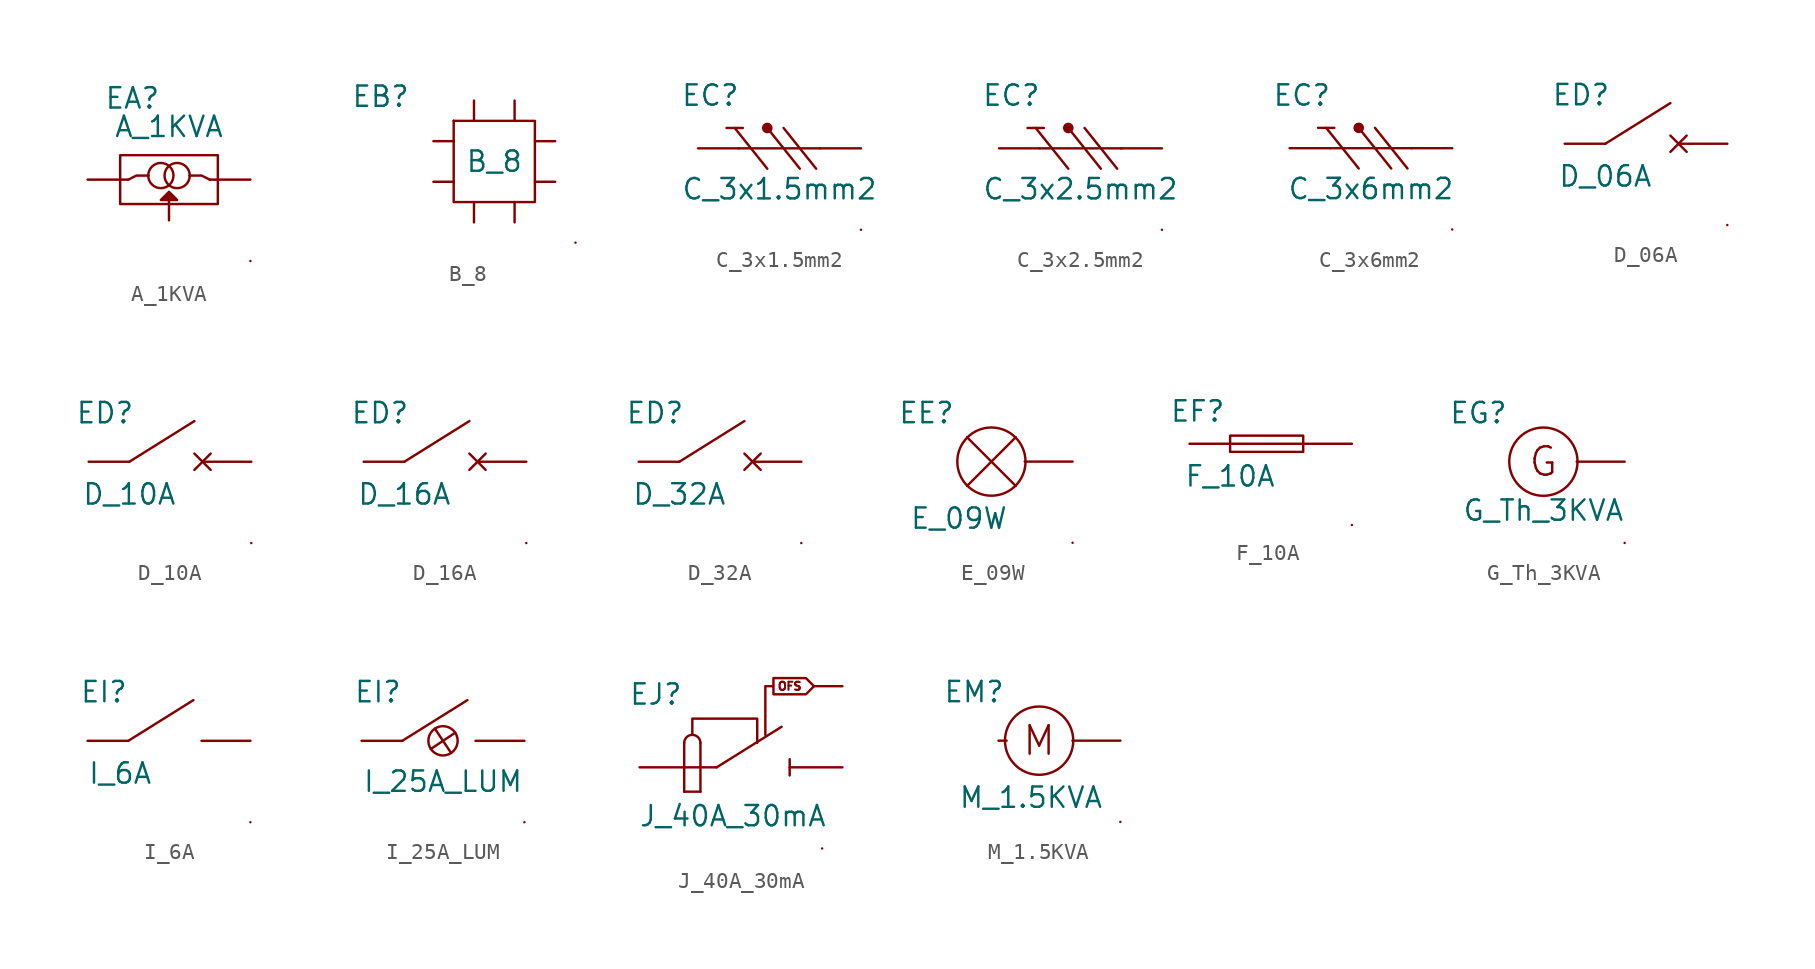
<source format=kicad_sym>
(kicad_symbol_lib
  (version 20211014)
  (generator kicad_symbol_editor)
  (symbol "A_1KVA"
    (pin_numbers hide)
    (pin_names
      (offset 0.254))
    (property "Reference" "EA"
      (at -2.286 5.08 0)
      (effects (font (size 1.27 1.27))))
    (property "Value" "A_1KVA"
      (at 0 3.302 0)
      (effects (font (size 1.27 1.27))))
    (symbol "A_1KVA_0_0"
      (polyline (pts (xy 5.08 -5.08) (xy 5.08 -5.08)) (stroke (width 0) (type default) (color 0 0 0 0)) (fill (type none))))
    (symbol "A_1KVA_0_1"
      (rectangle (start -3.048 1.524) (end 3.048 -1.524) (stroke (width 0) (type default) (color 0 0 0 0)) (fill (type none)))
      (circle (center -0.508 0.254) (radius 0.787) (stroke (width 0) (type default) (color 0 0 0 0)) (fill (type none)))
      (polyline (pts (xy -2.54 0) (xy -2.032 0.254) (xy -1.27 0.254) (xy -1.27 0.254)) (stroke (width 0) (type default) (color 0 0 0 0)) (fill (type none)))
      (polyline (pts (xy 1.27 0.254) (xy 2.032 0.254) (xy 2.54 0) (xy 2.54 0)) (stroke (width 0) (type default) (color 0 0 0 0)) (fill (type none)))
      (polyline (pts (xy 0 -0.762) (xy -0.508 -1.27) (xy 0.508 -1.27) (xy 0 -0.762) (xy 0 -0.762)) (stroke (width 0) (type default) (color 0 0 0 0)) (fill (type outline)))
      (circle (center 0.508 0.254) (radius 0.787) (stroke (width 0) (type default) (color 0 0 0 0)) (fill (type none))))
    (symbol "A_1KVA_1_1"
      (pin power_out line (at 5.08 0 180) (length 2.54) (name "~" (effects (font (size 1.016 1.016)))) (number "1" (effects (font (size 0.254 0.254)))))
      (pin power_out line (at -5.08 0 0) (length 2.54) (name "~" (effects (font (size 1.016 1.016)))) (number "2" (effects (font (size 0.254 0.254)))))
      (pin input line (at 0 -2.54 90) (length 1.27) (name "~" (effects (font (size 1.27 1.27)))) (number "3" (effects (font (size 0.254 0.254)))))))
  (symbol "B_8"
    (pin_numbers hide)
    (pin_names
      (offset 0.254))
    (property "Reference" "EB"
      (at -7.112 4.064 0)
      (effects (font (size 1.27 1.27))))
    (property "Value" "B_8"
      (at 0 0 0)
      (effects (font (size 1.27 1.27))))
    (symbol "B_8_0_0"
      (rectangle (start -2.54 2.54) (end -2.54 2.54) (stroke (width 0) (type default) (color 0 0 0 0)) (fill (type none)))
      (rectangle (start -2.54 2.54) (end -2.54 2.54) (stroke (width 0) (type default) (color 0 0 0 0)) (fill (type none)))
      (rectangle (start -2.54 2.54) (end 2.54 -2.54) (stroke (width 0) (type default) (color 0 0 0 0)) (fill (type none)))
      (polyline (pts (xy 5.08 -5.08) (xy 5.08 -5.08)) (stroke (width 0) (type default) (color 0 0 0 0)) (fill (type none))))
    (symbol "B_8_1_1"
      (pin unspecified line (at 3.81 1.27 180) (length 1.27) (name "~" (effects (font (size 1.016 1.016)))) (number "1" (effects (font (size 0.254 0.254)))))
      (pin unspecified line (at 3.81 -1.27 180) (length 1.27) (name "~" (effects (font (size 1.016 1.016)))) (number "2" (effects (font (size 0.254 0.254)))))
      (pin unspecified line (at 1.27 -3.81 90) (length 1.27) (name "~" (effects (font (size 1.016 1.016)))) (number "3" (effects (font (size 0.254 0.254)))))
      (pin unspecified line (at -1.27 -3.81 90) (length 1.27) (name "~" (effects (font (size 1.016 1.016)))) (number "4" (effects (font (size 0.254 0.254)))))
      (pin unspecified line (at -3.81 -1.27 0) (length 1.27) (name "~" (effects (font (size 1.016 1.016)))) (number "5" (effects (font (size 0.254 0.254)))))
      (pin unspecified line (at -3.81 1.27 0) (length 1.27) (name "~" (effects (font (size 1.016 1.016)))) (number "6" (effects (font (size 0.254 0.254)))))
      (pin unspecified line (at -1.27 3.81 270) (length 1.27) (name "~" (effects (font (size 1.016 1.016)))) (number "7" (effects (font (size 0.254 0.254)))))
      (pin unspecified line (at 1.27 3.81 270) (length 1.27) (name "~" (effects (font (size 1.016 1.016)))) (number "8" (effects (font (size 0.254 0.254)))))))
  (symbol "C_3x1.5mm2"
    (pin_numbers hide)
    (pin_names
      (offset 0.254))
    (property "Reference" "EC"
      (at -4.318 3.302 0)
      (effects (font (size 1.27 1.27))))
    (property "Value" "C_3x1.5mm2"
      (at 0 -2.54 0)
      (effects (font (size 1.27 1.27))))
    (symbol "C_3x1.5mm2_0_0"
      (polyline (pts (xy 5.08 -5.08) (xy 5.08 -5.08)) (stroke (width 0) (type default) (color 0 0 0 0)) (fill (type none))))
    (symbol "C_3x1.5mm2_0_1"
      (circle (center -0.762 1.27) (radius 0.254) (stroke (width 0) (type default) (color 0 0 0 0)) (fill (type outline)))
      (polyline (pts (xy -3.302 1.27) (xy -2.286 1.27) (xy -2.286 1.27)) (stroke (width 0) (type default) (color 0 0 0 0)) (fill (type none)))
      (polyline (pts (xy -2.794 1.27) (xy -0.762 -1.27) (xy -0.762 -1.27)) (stroke (width 0) (type default) (color 0 0 0 0)) (fill (type none)))
      (polyline (pts (xy -0.762 1.27) (xy 1.27 -1.27) (xy 1.27 -1.27)) (stroke (width 0) (type default) (color 0 0 0 0)) (fill (type none)))
      (polyline (pts (xy 0.254 1.27) (xy 2.286 -1.27) (xy 2.286 -1.27)) (stroke (width 0) (type default) (color 0 0 0 0)) (fill (type none)))
      (polyline (pts (xy -2.54 0) (xy 2.54 0) (xy 2.54 0) (xy 2.54 0)) (stroke (width 0) (type default) (color 0 0 0 0)) (fill (type none))))
    (symbol "C_3x1.5mm2_1_1"
      (pin power_in line (at 5.08 0 180) (length 2.54) (name "~" (effects (font (size 1.016 1.016)))) (number "1" (effects (font (size 0.254 0.254)))))
      (pin power_out line (at -5.08 0 0) (length 2.54) (name "~" (effects (font (size 1.016 1.016)))) (number "2" (effects (font (size 0.254 0.254)))))))
  (symbol "C_3x2.5mm2"
    (pin_numbers hide)
    (pin_names
      (offset 0.254))
    (property "Reference" "EC"
      (at -4.318 3.302 0)
      (effects (font (size 1.27 1.27))))
    (property "Value" "C_3x2.5mm2"
      (at 0 -2.54 0)
      (effects (font (size 1.27 1.27))))
    (symbol "C_3x2.5mm2_0_0"
      (polyline (pts (xy 5.08 -5.08) (xy 5.08 -5.08)) (stroke (width 0) (type default) (color 0 0 0 0)) (fill (type none))))
    (symbol "C_3x2.5mm2_0_1"
      (circle (center -0.762 1.27) (radius 0.254) (stroke (width 0) (type default) (color 0 0 0 0)) (fill (type outline)))
      (polyline (pts (xy -3.302 1.27) (xy -2.286 1.27) (xy -2.286 1.27)) (stroke (width 0) (type default) (color 0 0 0 0)) (fill (type none)))
      (polyline (pts (xy -2.794 1.27) (xy -0.762 -1.27) (xy -0.762 -1.27)) (stroke (width 0) (type default) (color 0 0 0 0)) (fill (type none)))
      (polyline (pts (xy -0.762 1.27) (xy 1.27 -1.27) (xy 1.27 -1.27)) (stroke (width 0) (type default) (color 0 0 0 0)) (fill (type none)))
      (polyline (pts (xy 0.254 1.27) (xy 2.286 -1.27) (xy 2.286 -1.27)) (stroke (width 0) (type default) (color 0 0 0 0)) (fill (type none)))
      (polyline (pts (xy -2.54 0) (xy 2.54 0) (xy 2.54 0) (xy 2.54 0)) (stroke (width 0) (type default) (color 0 0 0 0)) (fill (type none))))
    (symbol "C_3x2.5mm2_1_1"
      (pin power_in line (at 5.08 0 180) (length 2.54) (name "~" (effects (font (size 1.016 1.016)))) (number "1" (effects (font (size 0.254 0.254)))))
      (pin power_out line (at -5.08 0 0) (length 2.54) (name "~" (effects (font (size 1.016 1.016)))) (number "2" (effects (font (size 0.254 0.254)))))))
  (symbol "C_3x6mm2"
    (pin_numbers hide)
    (pin_names
      (offset 0.254))
    (property "Reference" "EC"
      (at -4.318 3.302 0)
      (effects (font (size 1.27 1.27))))
    (property "Value" "C_3x6mm2"
      (at 0 -2.54 0)
      (effects (font (size 1.27 1.27))))
    (symbol "C_3x6mm2_0_0"
      (polyline (pts (xy 5.08 -5.08) (xy 5.08 -5.08)) (stroke (width 0) (type default) (color 0 0 0 0)) (fill (type none))))
    (symbol "C_3x6mm2_0_1"
      (circle (center -0.762 1.27) (radius 0.254) (stroke (width 0) (type default) (color 0 0 0 0)) (fill (type outline)))
      (polyline (pts (xy -3.302 1.27) (xy -2.286 1.27) (xy -2.286 1.27)) (stroke (width 0) (type default) (color 0 0 0 0)) (fill (type none)))
      (polyline (pts (xy -2.794 1.27) (xy -0.762 -1.27) (xy -0.762 -1.27)) (stroke (width 0) (type default) (color 0 0 0 0)) (fill (type none)))
      (polyline (pts (xy -0.762 1.27) (xy 1.27 -1.27) (xy 1.27 -1.27)) (stroke (width 0) (type default) (color 0 0 0 0)) (fill (type none)))
      (polyline (pts (xy 0.254 1.27) (xy 2.286 -1.27) (xy 2.286 -1.27)) (stroke (width 0) (type default) (color 0 0 0 0)) (fill (type none)))
      (polyline (pts (xy -2.54 0) (xy 2.54 0) (xy 2.54 0) (xy 2.54 0)) (stroke (width 0) (type default) (color 0 0 0 0)) (fill (type none))))
    (symbol "C_3x6mm2_1_1"
      (pin power_in line (at 5.08 0 180) (length 2.54) (name "~" (effects (font (size 1.016 1.016)))) (number "1" (effects (font (size 0.254 0.254)))))
      (pin power_out line (at -5.08 0 0) (length 2.54) (name "~" (effects (font (size 1.016 1.016)))) (number "2" (effects (font (size 0.254 0.254)))))))
  (symbol "D_06A"
    (pin_numbers hide)
    (pin_names
      (offset 0.254))
    (property "Reference" "ED"
      (at -4.064 3.048 0)
      (effects (font (size 1.27 1.27))))
    (property "Value" "D_06A"
      (at -2.54 -2.032 0)
      (effects (font (size 1.27 1.27))))
    (symbol "D_06A_0_0"
      (polyline (pts (xy 5.08 -5.08) (xy 5.08 -5.08)) (stroke (width 0) (type default) (color 0 0 0 0)) (fill (type none))))
    (symbol "D_06A_0_1"
      (polyline (pts (xy -2.54 0) (xy 1.524 2.54) (xy 1.524 2.54)) (stroke (width 0) (type default) (color 0 0 0 0)) (fill (type none)))
      (polyline (pts (xy 1.524 0.508) (xy 2.54 -0.508) (xy 2.54 -0.508)) (stroke (width 0) (type default) (color 0 0 0 0)) (fill (type none)))
      (polyline (pts (xy 2.54 0.508) (xy 1.524 -0.508) (xy 1.524 -0.508)) (stroke (width 0) (type default) (color 0 0 0 0)) (fill (type none))))
    (symbol "D_06A_1_1"
      (pin power_in line (at 5.08 0 180) (length 3.048) (name "~" (effects (font (size 1.016 1.016)))) (number "1" (effects (font (size 0.254 0.254)))))
      (pin power_out line (at -5.08 0 0) (length 2.54) (name "~" (effects (font (size 1.016 1.016)))) (number "2" (effects (font (size 0.254 0.254)))))))
  (symbol "D_10A"
    (pin_numbers hide)
    (pin_names
      (offset 0.254))
    (property "Reference" "ED"
      (at -4.064 3.048 0)
      (effects (font (size 1.27 1.27))))
    (property "Value" "D_10A"
      (at -2.54 -2.032 0)
      (effects (font (size 1.27 1.27))))
    (symbol "D_10A_0_0"
      (polyline (pts (xy 5.08 -5.08) (xy 5.08 -5.08)) (stroke (width 0) (type default) (color 0 0 0 0)) (fill (type none))))
    (symbol "D_10A_0_1"
      (polyline (pts (xy -2.54 0) (xy 1.524 2.54) (xy 1.524 2.54)) (stroke (width 0) (type default) (color 0 0 0 0)) (fill (type none)))
      (polyline (pts (xy 1.524 0.508) (xy 2.54 -0.508) (xy 2.54 -0.508)) (stroke (width 0) (type default) (color 0 0 0 0)) (fill (type none)))
      (polyline (pts (xy 2.54 0.508) (xy 1.524 -0.508) (xy 1.524 -0.508)) (stroke (width 0) (type default) (color 0 0 0 0)) (fill (type none))))
    (symbol "D_10A_1_1"
      (pin power_in line (at 5.08 0 180) (length 3.048) (name "~" (effects (font (size 1.016 1.016)))) (number "1" (effects (font (size 0.254 0.254)))))
      (pin power_out line (at -5.08 0 0) (length 2.54) (name "~" (effects (font (size 1.016 1.016)))) (number "2" (effects (font (size 0.254 0.254)))))))
  (symbol "D_16A"
    (pin_numbers hide)
    (pin_names
      (offset 0.254))
    (property "Reference" "ED"
      (at -4.064 3.048 0)
      (effects (font (size 1.27 1.27))))
    (property "Value" "D_16A"
      (at -2.54 -2.032 0)
      (effects (font (size 1.27 1.27))))
    (symbol "D_16A_0_0"
      (polyline (pts (xy 5.08 -5.08) (xy 5.08 -5.08)) (stroke (width 0) (type default) (color 0 0 0 0)) (fill (type none))))
    (symbol "D_16A_0_1"
      (polyline (pts (xy -2.54 0) (xy 1.524 2.54) (xy 1.524 2.54)) (stroke (width 0) (type default) (color 0 0 0 0)) (fill (type none)))
      (polyline (pts (xy 1.524 0.508) (xy 2.54 -0.508) (xy 2.54 -0.508)) (stroke (width 0) (type default) (color 0 0 0 0)) (fill (type none)))
      (polyline (pts (xy 2.54 0.508) (xy 1.524 -0.508) (xy 1.524 -0.508)) (stroke (width 0) (type default) (color 0 0 0 0)) (fill (type none))))
    (symbol "D_16A_1_1"
      (pin power_in line (at 5.08 0 180) (length 3.048) (name "~" (effects (font (size 1.016 1.016)))) (number "1" (effects (font (size 0.254 0.254)))))
      (pin power_out line (at -5.08 0 0) (length 2.54) (name "~" (effects (font (size 1.016 1.016)))) (number "2" (effects (font (size 0.254 0.254)))))))
  (symbol "D_32A"
    (pin_numbers hide)
    (pin_names
      (offset 0.254))
    (property "Reference" "ED"
      (at -4.064 3.048 0)
      (effects (font (size 1.27 1.27))))
    (property "Value" "D_32A"
      (at -2.54 -2.032 0)
      (effects (font (size 1.27 1.27))))
    (symbol "D_32A_0_0"
      (polyline (pts (xy 5.08 -5.08) (xy 5.08 -5.08)) (stroke (width 0) (type default) (color 0 0 0 0)) (fill (type none))))
    (symbol "D_32A_0_1"
      (polyline (pts (xy -2.54 0) (xy 1.524 2.54) (xy 1.524 2.54)) (stroke (width 0) (type default) (color 0 0 0 0)) (fill (type none)))
      (polyline (pts (xy 1.524 0.508) (xy 2.54 -0.508) (xy 2.54 -0.508)) (stroke (width 0) (type default) (color 0 0 0 0)) (fill (type none)))
      (polyline (pts (xy 2.54 0.508) (xy 1.524 -0.508) (xy 1.524 -0.508)) (stroke (width 0) (type default) (color 0 0 0 0)) (fill (type none))))
    (symbol "D_32A_1_1"
      (pin power_in line (at 5.08 0 180) (length 3.048) (name "~" (effects (font (size 1.016 1.016)))) (number "1" (effects (font (size 0.254 0.254)))))
      (pin power_out line (at -5.08 0 0) (length 2.54) (name "~" (effects (font (size 1.016 1.016)))) (number "2" (effects (font (size 0.254 0.254)))))))
  (symbol "E_09W"
    (pin_numbers hide)
    (pin_names
      (offset 0.254))
    (property "Reference" "EE"
      (at -4.064 3.048 0)
      (effects (font (size 1.27 1.27))))
    (property "Value" "E_09W"
      (at -2.032 -3.556 0)
      (effects (font (size 1.27 1.27))))
    (symbol "E_09W_0_0"
      (polyline (pts (xy 5.08 -5.08) (xy 5.08 -5.08)) (stroke (width 0) (type default) (color 0 0 0 0)) (fill (type none))))
    (symbol "E_09W_0_1"
      (polyline (pts (xy -1.524 -1.524) (xy 1.524 1.524) (xy 1.524 1.524)) (stroke (width 0) (type default) (color 0 0 0 0)) (fill (type none)))
      (polyline (pts (xy -1.524 1.524) (xy 1.524 -1.524) (xy 1.524 -1.524) (xy 1.524 -1.524)) (stroke (width 0) (type default) (color 0 0 0 0)) (fill (type none)))
      (circle (center 0 0) (radius 2.134) (stroke (width 0) (type default) (color 0 0 0 0)) (fill (type none))))
    (symbol "E_09W_1_1"
      (pin power_in line (at 5.08 0 180) (length 2.997) (name "~" (effects (font (size 1.016 1.016)))) (number "1" (effects (font (size 0.254 0.254)))))))
  (symbol "F_10A"
    (pin_numbers hide)
    (pin_names
      (offset 0.254))
    (property "Reference" "EF"
      (at -4.572 2.032 0)
      (effects (font (size 1.27 1.27))))
    (property "Value" "F_10A"
      (at -2.54 -2.032 0)
      (effects (font (size 1.27 1.27))))
    (symbol "F_10A_0_0"
      (polyline (pts (xy 5.08 -5.08) (xy 5.08 -5.08)) (stroke (width 0) (type default) (color 0 0 0 0)) (fill (type none))))
    (symbol "F_10A_0_1"
      (polyline (pts (xy 2.032 0) (xy -2.54 0) (xy -2.54 0) (xy -2.54 0)) (stroke (width 0) (type default) (color 0 0 0 0)) (fill (type none)))
      (polyline (pts (xy -2.54 0.508) (xy -2.54 -0.508) (xy 2.032 -0.508) (xy 2.032 0.508) (xy -2.54 0.508) (xy -2.54 0.508)) (stroke (width 0) (type default) (color 0 0 0 0)) (fill (type none))))
    (symbol "F_10A_1_1"
      (pin power_in line (at 5.08 0 180) (length 3.048) (name "~" (effects (font (size 1.016 1.016)))) (number "1" (effects (font (size 0.254 0.254)))))
      (pin power_out line (at -5.08 0 0) (length 2.54) (name "~" (effects (font (size 1.016 1.016)))) (number "2" (effects (font (size 0.254 0.254)))))))
  (symbol "G_Th_3KVA"
    (pin_numbers hide)
    (pin_names
      (offset 0.254))
    (property "Reference" "EG"
      (at -4.064 3.048 0)
      (effects (font (size 1.27 1.27))))
    (property "Value" "G_Th_3KVA"
      (at 0 -3.048 0)
      (effects (font (size 1.27 1.27))))
    (symbol "G_Th_3KVA_0_0"
      (polyline (pts (xy 5.08 -5.08) (xy 5.08 -5.08)) (stroke (width 0) (type default) (color 0 0 0 0)) (fill (type none)))
      (text "G" (at 0 0 0) (effects (font (size 1.778 1.778)))))
    (symbol "G_Th_3KVA_0_1"
      (circle (center 0 0) (radius 2.134) (stroke (width 0) (type default) (color 0 0 0 0)) (fill (type none))))
    (symbol "G_Th_3KVA_1_1"
      (pin power_out line (at 5.08 0 180) (length 2.997) (name "~" (effects (font (size 1.016 1.016)))) (number "1" (effects (font (size 0.254 0.254)))))))
  (symbol "I_6A"
    (pin_numbers hide)
    (pin_names
      (offset 0.254))
    (property "Reference" "EI"
      (at -4.064 3.048 0)
      (effects (font (size 1.27 1.27))))
    (property "Value" "I_6A"
      (at -3.048 -2.032 0)
      (effects (font (size 1.27 1.27))))
    (symbol "I_6A_0_0"
      (polyline (pts (xy 5.08 -5.08) (xy 5.08 -5.08)) (stroke (width 0) (type default) (color 0 0 0 0)) (fill (type none))))
    (symbol "I_6A_0_1"
      (polyline (pts (xy -2.54 0) (xy 1.524 2.54) (xy 1.524 2.54)) (stroke (width 0) (type default) (color 0 0 0 0)) (fill (type none))))
    (symbol "I_6A_1_1"
      (pin power_in line (at 5.08 0 180) (length 3.048) (name "~" (effects (font (size 1.016 1.016)))) (number "1" (effects (font (size 0.254 0.254)))))
      (pin power_out line (at -5.08 0 0) (length 2.54) (name "~" (effects (font (size 1.016 1.016)))) (number "2" (effects (font (size 0.254 0.254)))))))
  (symbol "I_25A_LUM"
    (pin_numbers hide)
    (pin_names
      (offset 0.254))
    (property "Reference" "EI"
      (at -4.064 3.048 0)
      (effects (font (size 1.27 1.27))))
    (property "Value" "I_25A_LUM"
      (at 0 -2.54 0)
      (effects (font (size 1.27 1.27))))
    (symbol "I_25A_LUM_0_0"
      (polyline (pts (xy 5.08 -5.08) (xy 5.08 -5.08)) (stroke (width 0) (type default) (color 0 0 0 0)) (fill (type none))))
    (symbol "I_25A_LUM_0_1"
      (polyline (pts (xy -2.54 0) (xy 1.524 2.54) (xy 1.524 2.54)) (stroke (width 0) (type default) (color 0 0 0 0)) (fill (type none)))
      (polyline (pts (xy 0.762 0.508) (xy -0.762 -0.508) (xy -0.762 -0.508)) (stroke (width 0) (type default) (color 0 0 0 0)) (fill (type none)))
      (polyline (pts (xy -0.508 0.762) (xy 0.508 -0.762) (xy 0.508 -0.762) (xy 0.508 -0.762)) (stroke (width 0) (type default) (color 0 0 0 0)) (fill (type none)))
      (circle (center 0 0) (radius 0.914) (stroke (width 0) (type default) (color 0 0 0 0)) (fill (type none))))
    (symbol "I_25A_LUM_1_1"
      (pin power_in line (at 5.08 0 180) (length 3.048) (name "~" (effects (font (size 1.016 1.016)))) (number "1" (effects (font (size 0.254 0.254)))))
      (pin power_out line (at -5.08 0 0) (length 2.54) (name "~" (effects (font (size 1.016 1.016)))) (number "2" (effects (font (size 0.254 0.254)))))))
  (symbol "J_40A_30mA"
    (pin_numbers hide)
    (pin_names
      (offset 0.254))
    (property "Reference" "EJ"
      (at -5.334 4.572 0)
      (effects (font (size 1.27 1.27))))
    (property "Value" "J_40A_30mA"
      (at -0.508 -3.048 0)
      (effects (font (size 1.27 1.27))))
    (symbol "J_40A_30mA_0_0"
      (polyline (pts (xy 5.08 -5.08) (xy 5.08 -5.08)) (stroke (width 0) (type default) (color 0 0 0 0)) (fill (type none)))
      (polyline (pts (xy 3.048 0.508) (xy 3.048 -0.508) (xy 3.048 -0.508) (xy 3.048 -0.508) (xy 3.048 -0.508)) (stroke (width 0) (type default) (color 0 0 0 0)) (fill (type none)))
      (text "OFS" (at 3.048 5.08 0) (effects (font (size 0.508 0.508)))))
    (symbol "J_40A_30mA_0_1"
      (arc (start -2.54 1.5249) (mid -3.048 2.032) (end -3.556 1.5249) (stroke (width 0) (type default) (color 0 0 0 0)) (fill (type none)))
      (polyline (pts (xy -3.556 0) (xy -1.524 0) (xy -1.524 0)) (stroke (width 0) (type default) (color 0 0 0 0)) (fill (type none)))
      (polyline (pts (xy -3.556 1.524) (xy -3.556 -1.524) (xy -3.556 -1.524)) (stroke (width 0) (type default) (color 0 0 0 0)) (fill (type none)))
      (polyline (pts (xy -1.524 0) (xy 2.54 2.54) (xy 2.54 2.54)) (stroke (width 0) (type default) (color 0 0 0 0)) (fill (type none)))
      (polyline (pts (xy -3.556 -1.524) (xy -2.54 -1.524) (xy -2.54 -1.524) (xy -2.54 -1.524) (xy -2.54 -1.524)) (stroke (width 0) (type default) (color 0 0 0 0)) (fill (type none)))
      (polyline (pts (xy -2.54 1.524) (xy -2.54 -1.524) (xy -2.54 -1.016) (xy -2.54 -1.016) (xy -2.54 -1.016)) (stroke (width 0) (type default) (color 0 0 0 0)) (fill (type none)))
      (polyline (pts (xy -3.048 2.032) (xy -3.048 3.048) (xy 1.016 3.048) (xy 1.016 1.524) (xy 1.016 1.524) (xy 1.016 1.524)) (stroke (width 0) (type default) (color 0 0 0 0)) (fill (type none)))
      (polyline (pts (xy 1.524 2.032) (xy 1.524 5.08) (xy 2.032 5.08) (xy 2.032 5.588) (xy 4.064 5.588) (xy 4.572 5.08) (xy 4.064 4.572) (xy 2.032 4.572) (xy 2.032 5.08) (xy 2.032 5.08)) (stroke (width 0) (type default) (color 0 0 0 0)) (fill (type none))))
    (symbol "J_40A_30mA_1_1"
      (pin power_in line (at 6.35 0 180) (length 3.302) (name "~" (effects (font (size 1.016 1.016)))) (number "1" (effects (font (size 0.254 0.254)))))
      (pin power_out line (at -6.35 0 0) (length 2.794) (name "~" (effects (font (size 1.016 1.016)))) (number "2" (effects (font (size 0.254 0.254)))))
      (pin output line (at 6.35 5.08 180) (length 1.778) (name "~" (effects (font (size 0.254 0.254)))) (number "3" (effects (font (size 0.254 0.254)))))))
  (symbol "M_1.5KVA"
    (pin_numbers hide)
    (pin_names
      (offset 0.254))
    (property "Reference" "EM"
      (at -4.064 3.048 0)
      (effects (font (size 1.27 1.27))))
    (property "Value" "M_1.5KVA"
      (at -0.508 -3.556 0)
      (effects (font (size 1.27 1.27))))
    (symbol "M_1.5KVA_0_0"
      (polyline (pts (xy 5.08 -5.08) (xy 5.08 -5.08)) (stroke (width 0) (type default) (color 0 0 0 0)) (fill (type none)))
      (text "M" (at 0 0 0) (effects (font (size 1.778 1.778)))))
    (symbol "M_1.5KVA_0_1"
      (polyline (pts (xy -2.54 0) (xy -2.032 0) (xy -2.032 0)) (stroke (width 0) (type default) (color 0 0 0 0)) (fill (type none)))
      (circle (center 0 0) (radius 2.134) (stroke (width 0) (type default) (color 0 0 0 0)) (fill (type none))))
    (symbol "M_1.5KVA_1_1"
      (pin power_in line (at 5.08 0 180) (length 2.997) (name "~" (effects (font (size 1.016 1.016)))) (number "1" (effects (font (size 0.254 0.254))))))))
</source>
